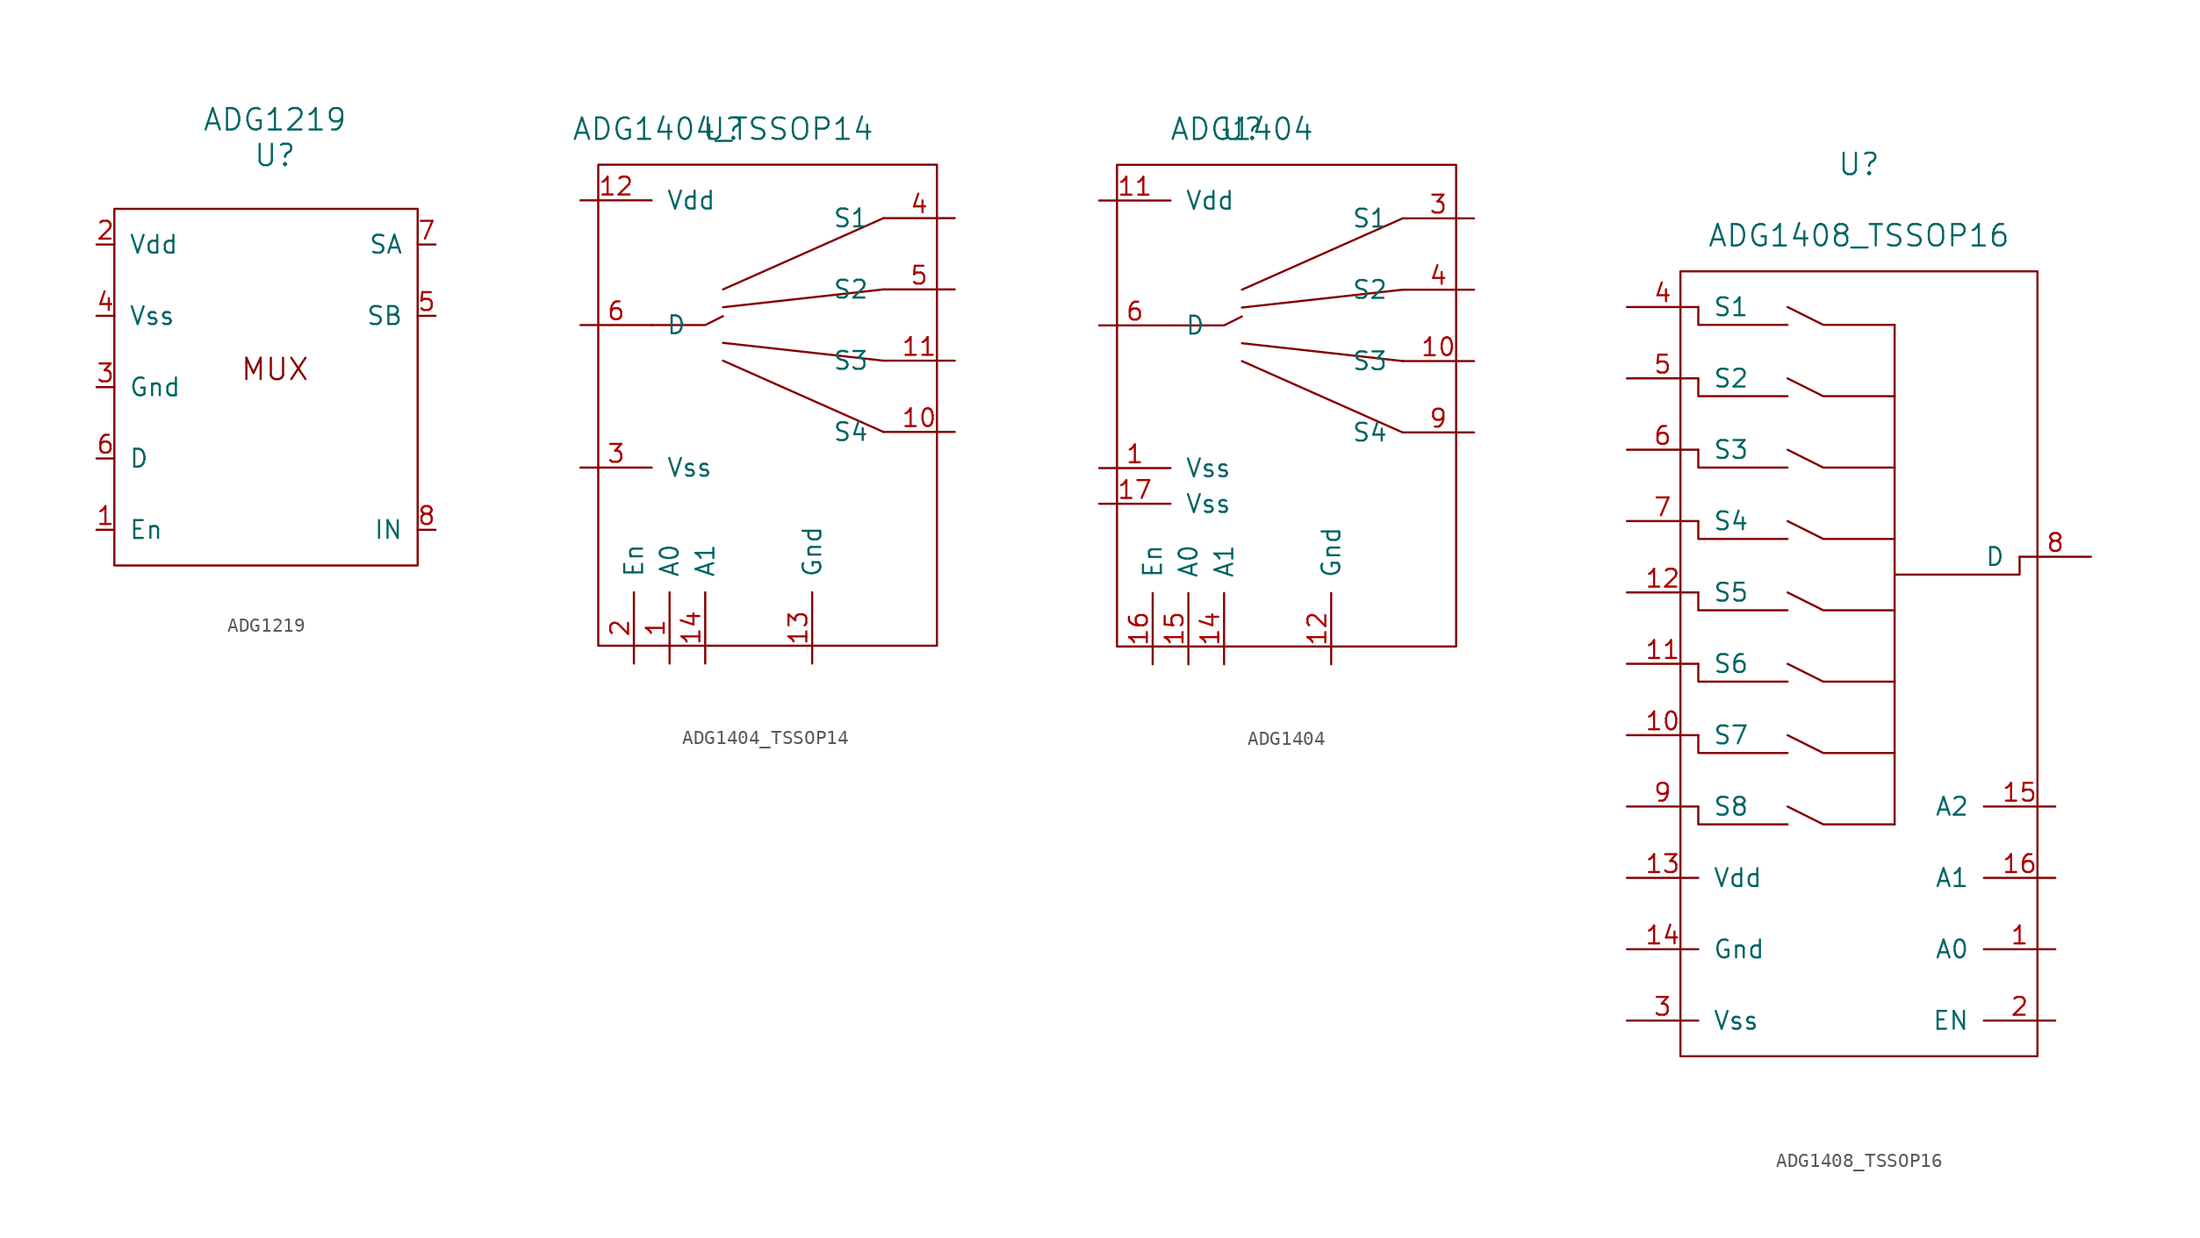
<source format=kicad_sym>
(kicad_symbol_lib
  (version 20211014)
  (generator kicad_symbol_editor)
  (symbol "ADG1219"
    (pin_names
      (offset 1.016))
    (property "Reference" "U"
      (at 0 15.24 0)
      (effects (font (size 1.524 1.524))))
    (property "Value" "ADG1219"
      (at 0 17.78 0)
      (effects (font (size 1.524 1.524))))
    (symbol "ADG1219_0_0"
      (text "MUX" (at 0 0 0) (effects (font (size 1.524 1.524)))))
    (symbol "ADG1219_0_1"
      (rectangle (start -11.43 11.43) (end 10.16 -13.97) (stroke (width 0) (type default) (color 0 0 0 0)) (fill (type none))))
    (symbol "ADG1219_1_1"
      (pin input line (at -12.7 -11.43 0) (length 1.27) (name "En" (effects (font (size 1.27 1.27)))) (number "1" (effects (font (size 1.27 1.27)))))
      (pin power_in line (at -12.7 8.89 0) (length 1.27) (name "Vdd" (effects (font (size 1.27 1.27)))) (number "2" (effects (font (size 1.27 1.27)))))
      (pin power_in line (at -12.7 -1.27 0) (length 1.27) (name "Gnd" (effects (font (size 1.27 1.27)))) (number "3" (effects (font (size 1.27 1.27)))))
      (pin power_in line (at -12.7 3.81 0) (length 1.27) (name "Vss" (effects (font (size 1.27 1.27)))) (number "4" (effects (font (size 1.27 1.27)))))
      (pin bidirectional line (at 11.43 3.81 180) (length 1.27) (name "SB" (effects (font (size 1.27 1.27)))) (number "5" (effects (font (size 1.27 1.27)))))
      (pin bidirectional line (at -12.7 -6.35 0) (length 1.27) (name "D" (effects (font (size 1.27 1.27)))) (number "6" (effects (font (size 1.27 1.27)))))
      (pin bidirectional line (at 11.43 8.89 180) (length 1.27) (name "SA" (effects (font (size 1.27 1.27)))) (number "7" (effects (font (size 1.27 1.27)))))
      (pin input line (at 11.43 -11.43 180) (length 1.27) (name "IN" (effects (font (size 1.27 1.27)))) (number "8" (effects (font (size 1.27 1.27)))))))
  (symbol "ADG1404_TSSOP14"
    (pin_names
      (offset 1.016))
    (property "Reference" "U"
      (at 0 0 0)
      (effects (font (size 1.524 1.524))))
    (property "Value" "ADG1404_TSSOP14"
      (at 0 0 0)
      (effects (font (size 1.524 1.524))))
    (symbol "ADG1404_TSSOP14_0_1"
      (polyline (pts (xy 11.43 -21.59) (xy 0 -16.51)) (stroke (width 0) (type default) (color 0 0 0 0)) (fill (type none)))
      (polyline (pts (xy 11.43 -16.51) (xy 0 -15.24)) (stroke (width 0) (type default) (color 0 0 0 0)) (fill (type none)))
      (polyline (pts (xy 11.43 -11.43) (xy 0 -12.7)) (stroke (width 0) (type default) (color 0 0 0 0)) (fill (type none)))
      (polyline (pts (xy 11.43 -6.35) (xy 0 -11.43)) (stroke (width 0) (type default) (color 0 0 0 0)) (fill (type none)))
      (polyline (pts (xy 0 -13.335) (xy -1.27 -13.97) (xy -5.08 -13.97)) (stroke (width 0) (type default) (color 0 0 0 0)) (fill (type none)))
      (rectangle (start 15.24 -2.54) (end -8.89 -36.83) (stroke (width 0) (type default) (color 0 0 0 0)) (fill (type none))))
    (symbol "ADG1404_TSSOP14_1_1"
      (pin bidirectional line (at -3.81 -38.1 90) (length 5.08) (name "A0" (effects (font (size 1.27 1.27)))) (number "1" (effects (font (size 1.27 1.27)))))
      (pin bidirectional line (at 16.51 -21.59 180) (length 5.08) (name "S4" (effects (font (size 1.27 1.27)))) (number "10" (effects (font (size 1.27 1.27)))))
      (pin bidirectional line (at 16.51 -16.51 180) (length 5.08) (name "S3" (effects (font (size 1.27 1.27)))) (number "11" (effects (font (size 1.27 1.27)))))
      (pin bidirectional line (at -10.16 -5.08 0) (length 5.08) (name "Vdd" (effects (font (size 1.27 1.27)))) (number "12" (effects (font (size 1.27 1.27)))))
      (pin bidirectional line (at 6.35 -38.1 90) (length 5.08) (name "Gnd" (effects (font (size 1.27 1.27)))) (number "13" (effects (font (size 1.27 1.27)))))
      (pin bidirectional line (at -1.27 -38.1 90) (length 5.08) (name "A1" (effects (font (size 1.27 1.27)))) (number "14" (effects (font (size 1.27 1.27)))))
      (pin bidirectional line (at -6.35 -38.1 90) (length 5.08) (name "En" (effects (font (size 1.27 1.27)))) (number "2" (effects (font (size 1.27 1.27)))))
      (pin bidirectional line (at -10.16 -24.13 0) (length 5.08) (name "Vss" (effects (font (size 1.27 1.27)))) (number "3" (effects (font (size 1.27 1.27)))))
      (pin bidirectional line (at 16.51 -6.35 180) (length 5.08) (name "S1" (effects (font (size 1.27 1.27)))) (number "4" (effects (font (size 1.27 1.27)))))
      (pin bidirectional line (at 16.51 -11.43 180) (length 5.08) (name "S2" (effects (font (size 1.27 1.27)))) (number "5" (effects (font (size 1.27 1.27)))))
      (pin bidirectional line (at -10.16 -13.97 0) (length 5.08) (name "D" (effects (font (size 1.27 1.27)))) (number "6" (effects (font (size 1.27 1.27)))))))
  (symbol "ADG1404"
    (pin_names
      (offset 1.016))
    (property "Reference" "U"
      (at 0 0 0)
      (effects (font (size 1.524 1.524))))
    (property "Value" "ADG1404"
      (at 0 0 0)
      (effects (font (size 1.524 1.524))))
    (symbol "ADG1404_0_1"
      (polyline (pts (xy 11.43 -21.59) (xy 0 -16.51)) (stroke (width 0) (type default) (color 0 0 0 0)) (fill (type none)))
      (polyline (pts (xy 11.43 -16.51) (xy 0 -15.24)) (stroke (width 0) (type default) (color 0 0 0 0)) (fill (type none)))
      (polyline (pts (xy 11.43 -11.43) (xy 0 -12.7)) (stroke (width 0) (type default) (color 0 0 0 0)) (fill (type none)))
      (polyline (pts (xy 11.43 -6.35) (xy 0 -11.43)) (stroke (width 0) (type default) (color 0 0 0 0)) (fill (type none)))
      (polyline (pts (xy 0 -13.335) (xy -1.27 -13.97) (xy -5.08 -13.97)) (stroke (width 0) (type default) (color 0 0 0 0)) (fill (type none)))
      (rectangle (start 15.24 -2.54) (end -8.89 -36.83) (stroke (width 0) (type default) (color 0 0 0 0)) (fill (type none))))
    (symbol "ADG1404_1_1"
      (pin bidirectional line (at -10.16 -24.13 0) (length 5.08) (name "Vss" (effects (font (size 1.27 1.27)))) (number "1" (effects (font (size 1.27 1.27)))))
      (pin bidirectional line (at 16.51 -16.51 180) (length 5.08) (name "S3" (effects (font (size 1.27 1.27)))) (number "10" (effects (font (size 1.27 1.27)))))
      (pin bidirectional line (at -10.16 -5.08 0) (length 5.08) (name "Vdd" (effects (font (size 1.27 1.27)))) (number "11" (effects (font (size 1.27 1.27)))))
      (pin bidirectional line (at 6.35 -38.1 90) (length 5.08) (name "Gnd" (effects (font (size 1.27 1.27)))) (number "12" (effects (font (size 1.27 1.27)))))
      (pin bidirectional line (at -1.27 -38.1 90) (length 5.08) (name "A1" (effects (font (size 1.27 1.27)))) (number "14" (effects (font (size 1.27 1.27)))))
      (pin bidirectional line (at -3.81 -38.1 90) (length 5.08) (name "A0" (effects (font (size 1.27 1.27)))) (number "15" (effects (font (size 1.27 1.27)))))
      (pin bidirectional line (at -6.35 -38.1 90) (length 5.08) (name "En" (effects (font (size 1.27 1.27)))) (number "16" (effects (font (size 1.27 1.27)))))
      (pin bidirectional line (at -10.16 -26.67 0) (length 5.08) (name "Vss" (effects (font (size 1.27 1.27)))) (number "17" (effects (font (size 1.27 1.27)))))
      (pin bidirectional line (at 16.51 -6.35 180) (length 5.08) (name "S1" (effects (font (size 1.27 1.27)))) (number "3" (effects (font (size 1.27 1.27)))))
      (pin bidirectional line (at 16.51 -11.43 180) (length 5.08) (name "S2" (effects (font (size 1.27 1.27)))) (number "4" (effects (font (size 1.27 1.27)))))
      (pin bidirectional line (at -10.16 -13.97 0) (length 5.08) (name "D" (effects (font (size 1.27 1.27)))) (number "6" (effects (font (size 1.27 1.27)))))
      (pin bidirectional line (at 16.51 -21.59 180) (length 5.08) (name "S4" (effects (font (size 1.27 1.27)))) (number "9" (effects (font (size 1.27 1.27)))))))
  (symbol "ADG1408_TSSOP16"
    (pin_names
      (offset 1.016))
    (property "Reference" "U"
      (at 0 29.21 0)
      (effects (font (size 1.524 1.524))))
    (property "Value" "ADG1408_TSSOP16"
      (at 0 24.13 0)
      (effects (font (size 1.524 1.524))))
    (symbol "ADG1408_TSSOP16_0_1"
      (rectangle (start -12.7 21.59) (end 12.7 -34.29) (stroke (width 0) (type default) (color 0 0 0 0)) (fill (type none)))
      (polyline (pts (xy 2.54 17.78) (xy 2.54 -17.78)) (stroke (width 0) (type default) (color 0 0 0 0)) (fill (type none)))
      (polyline (pts (xy -11.43 -16.51) (xy -11.43 -17.78) (xy -5.08 -17.78)) (stroke (width 0) (type default) (color 0 0 0 0)) (fill (type none)))
      (polyline (pts (xy -11.43 -11.43) (xy -11.43 -12.7) (xy -5.08 -12.7)) (stroke (width 0) (type default) (color 0 0 0 0)) (fill (type none)))
      (polyline (pts (xy -11.43 -6.35) (xy -11.43 -7.62) (xy -5.08 -7.62)) (stroke (width 0) (type default) (color 0 0 0 0)) (fill (type none)))
      (polyline (pts (xy -11.43 -1.27) (xy -11.43 -2.54) (xy -5.08 -2.54)) (stroke (width 0) (type default) (color 0 0 0 0)) (fill (type none)))
      (polyline (pts (xy -11.43 3.81) (xy -11.43 2.54) (xy -5.08 2.54)) (stroke (width 0) (type default) (color 0 0 0 0)) (fill (type none)))
      (polyline (pts (xy -11.43 8.89) (xy -11.43 7.62) (xy -5.08 7.62)) (stroke (width 0) (type default) (color 0 0 0 0)) (fill (type none)))
      (polyline (pts (xy -11.43 13.97) (xy -11.43 12.7) (xy -5.08 12.7)) (stroke (width 0) (type default) (color 0 0 0 0)) (fill (type none)))
      (polyline (pts (xy -11.43 19.05) (xy -11.43 17.78) (xy -5.08 17.78)) (stroke (width 0) (type default) (color 0 0 0 0)) (fill (type none)))
      (polyline (pts (xy -5.08 -16.51) (xy -2.54 -17.78) (xy 2.54 -17.78)) (stroke (width 0) (type default) (color 0 0 0 0)) (fill (type none)))
      (polyline (pts (xy -5.08 -11.43) (xy -2.54 -12.7) (xy 2.54 -12.7)) (stroke (width 0) (type default) (color 0 0 0 0)) (fill (type none)))
      (polyline (pts (xy -5.08 -6.35) (xy -2.54 -7.62) (xy 2.54 -7.62)) (stroke (width 0) (type default) (color 0 0 0 0)) (fill (type none)))
      (polyline (pts (xy -5.08 -1.27) (xy -2.54 -2.54) (xy 2.54 -2.54)) (stroke (width 0) (type default) (color 0 0 0 0)) (fill (type none)))
      (polyline (pts (xy -5.08 3.81) (xy -2.54 2.54) (xy 2.54 2.54)) (stroke (width 0) (type default) (color 0 0 0 0)) (fill (type none)))
      (polyline (pts (xy -5.08 8.89) (xy -2.54 7.62) (xy 2.54 7.62)) (stroke (width 0) (type default) (color 0 0 0 0)) (fill (type none)))
      (polyline (pts (xy -5.08 13.97) (xy -2.54 12.7) (xy 2.54 12.7)) (stroke (width 0) (type default) (color 0 0 0 0)) (fill (type none)))
      (polyline (pts (xy -5.08 19.05) (xy -2.54 17.78) (xy 2.54 17.78)) (stroke (width 0) (type default) (color 0 0 0 0)) (fill (type none)))
      (polyline (pts (xy 11.43 1.27) (xy 11.43 0) (xy 2.54 0)) (stroke (width 0) (type default) (color 0 0 0 0)) (fill (type none))))
    (symbol "ADG1408_TSSOP16_1_1"
      (pin bidirectional line (at 13.97 -26.67 180) (length 5.08) (name "A0" (effects (font (size 1.27 1.27)))) (number "1" (effects (font (size 1.27 1.27)))))
      (pin bidirectional line (at -16.51 -11.43 0) (length 5.08) (name "S7" (effects (font (size 1.27 1.27)))) (number "10" (effects (font (size 1.27 1.27)))))
      (pin bidirectional line (at -16.51 -6.35 0) (length 5.08) (name "S6" (effects (font (size 1.27 1.27)))) (number "11" (effects (font (size 1.27 1.27)))))
      (pin bidirectional line (at -16.51 -1.27 0) (length 5.08) (name "S5" (effects (font (size 1.27 1.27)))) (number "12" (effects (font (size 1.27 1.27)))))
      (pin bidirectional line (at -16.51 -21.59 0) (length 5.08) (name "Vdd" (effects (font (size 1.27 1.27)))) (number "13" (effects (font (size 1.27 1.27)))))
      (pin bidirectional line (at -16.51 -26.67 0) (length 5.08) (name "Gnd" (effects (font (size 1.27 1.27)))) (number "14" (effects (font (size 1.27 1.27)))))
      (pin bidirectional line (at 13.97 -16.51 180) (length 5.08) (name "A2" (effects (font (size 1.27 1.27)))) (number "15" (effects (font (size 1.27 1.27)))))
      (pin bidirectional line (at 13.97 -21.59 180) (length 5.08) (name "A1" (effects (font (size 1.27 1.27)))) (number "16" (effects (font (size 1.27 1.27)))))
      (pin bidirectional line (at 13.97 -31.75 180) (length 5.08) (name "EN" (effects (font (size 1.27 1.27)))) (number "2" (effects (font (size 1.27 1.27)))))
      (pin bidirectional line (at -16.51 -31.75 0) (length 5.08) (name "Vss" (effects (font (size 1.27 1.27)))) (number "3" (effects (font (size 1.27 1.27)))))
      (pin bidirectional line (at -16.51 19.05 0) (length 5.08) (name "S1" (effects (font (size 1.27 1.27)))) (number "4" (effects (font (size 1.27 1.27)))))
      (pin bidirectional line (at -16.51 13.97 0) (length 5.08) (name "S2" (effects (font (size 1.27 1.27)))) (number "5" (effects (font (size 1.27 1.27)))))
      (pin bidirectional line (at -16.51 8.89 0) (length 5.08) (name "S3" (effects (font (size 1.27 1.27)))) (number "6" (effects (font (size 1.27 1.27)))))
      (pin bidirectional line (at -16.51 3.81 0) (length 5.08) (name "S4" (effects (font (size 1.27 1.27)))) (number "7" (effects (font (size 1.27 1.27)))))
      (pin bidirectional line (at 16.51 1.27 180) (length 5.08) (name "D" (effects (font (size 1.27 1.27)))) (number "8" (effects (font (size 1.27 1.27)))))
      (pin bidirectional line (at -16.51 -16.51 0) (length 5.08) (name "S8" (effects (font (size 1.27 1.27)))) (number "9" (effects (font (size 1.27 1.27))))))))
</source>
